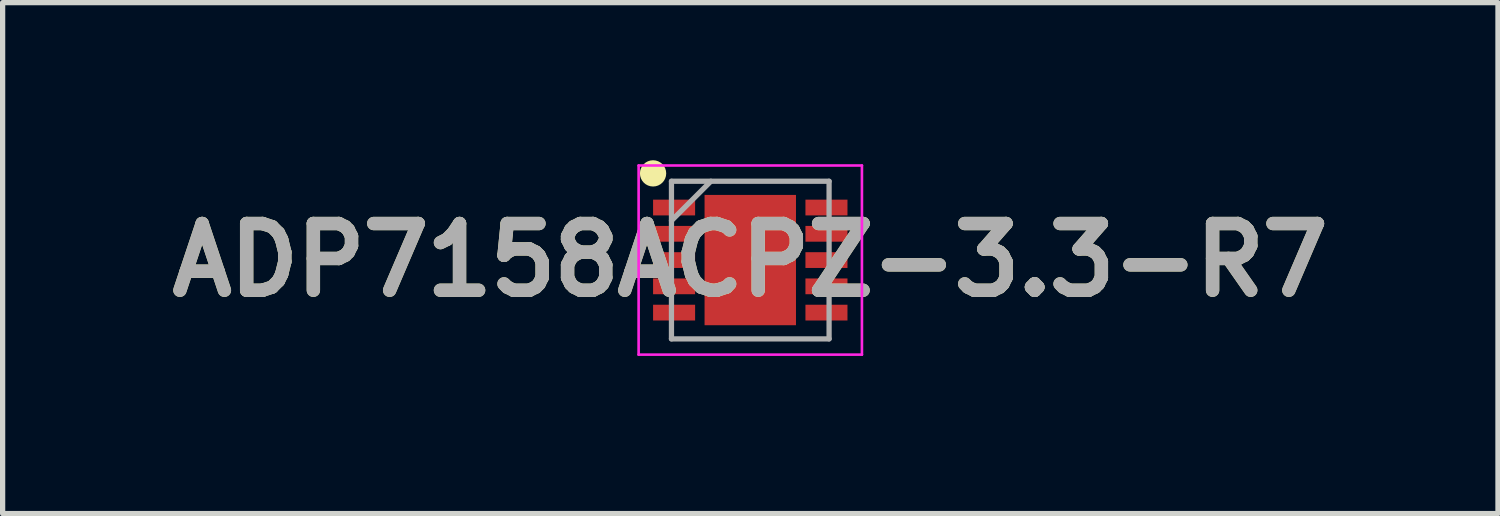
<source format=kicad_pcb>
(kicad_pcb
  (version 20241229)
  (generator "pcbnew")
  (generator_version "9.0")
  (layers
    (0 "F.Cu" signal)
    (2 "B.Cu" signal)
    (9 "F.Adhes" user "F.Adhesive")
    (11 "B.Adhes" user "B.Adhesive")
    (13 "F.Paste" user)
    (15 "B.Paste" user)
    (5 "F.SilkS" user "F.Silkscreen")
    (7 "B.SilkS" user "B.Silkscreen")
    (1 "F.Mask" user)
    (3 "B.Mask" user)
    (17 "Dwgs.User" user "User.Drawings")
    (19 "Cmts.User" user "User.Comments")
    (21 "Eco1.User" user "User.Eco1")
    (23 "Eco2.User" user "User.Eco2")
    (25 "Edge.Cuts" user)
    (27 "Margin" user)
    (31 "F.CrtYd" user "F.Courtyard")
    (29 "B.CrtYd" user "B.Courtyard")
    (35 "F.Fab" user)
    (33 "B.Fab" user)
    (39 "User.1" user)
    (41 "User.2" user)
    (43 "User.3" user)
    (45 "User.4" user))
  (footprint "ADP7158ACPZ-3.3-R7"
    (layer "F.Cu")
    (at 11.23 1.9)
    (property "Reference" "ADP7158ACPZ-3.3-R7" (at 0 0 0) (layer "F.SilkS") (effects (font (size 1.27 1.27) (thickness 0.254))))
    (attr smd)
    (fp_circle (center -1.85 -1.65) (end -1.85 -1.525) (stroke (width 0.25) (type solid)) (fill no) (layer "F.SilkS"))
    (fp_line (start -2.125 -1.8) (end 2.125 -1.8) (stroke (width 0.05) (type solid)) (layer "F.CrtYd"))
    (fp_line (start -2.125 1.8) (end -2.125 -1.8) (stroke (width 0.05) (type solid)) (layer "F.CrtYd"))
    (fp_line (start 2.125 -1.8) (end 2.125 1.8) (stroke (width 0.05) (type solid)) (layer "F.CrtYd"))
    (fp_line (start 2.125 1.8) (end -2.125 1.8) (stroke (width 0.05) (type solid)) (layer "F.CrtYd"))
    (fp_line (start -1.5 -1.5) (end 1.5 -1.5) (stroke (width 0.1) (type solid)) (layer "F.Fab"))
    (fp_line (start -1.5 -0.75) (end -0.75 -1.5) (stroke (width 0.1) (type solid)) (layer "F.Fab"))
    (fp_line (start -1.5 1.5) (end -1.5 -1.5) (stroke (width 0.1) (type solid)) (layer "F.Fab"))
    (fp_line (start 1.5 -1.5) (end 1.5 1.5) (stroke (width 0.1) (type solid)) (layer "F.Fab"))
    (fp_line (start 1.5 1.5) (end -1.5 1.5) (stroke (width 0.1) (type solid)) (layer "F.Fab"))
    (fp_text user "${REFERENCE}" (at 0 0 0) (layer "F.Fab") (effects (font (size 1.27 1.27) (thickness 0.254))))
    (pad "1" smd rect (at -1.45 -1 90) (size 0.3 0.8) (layers "F.Cu" "F.Mask" "F.Paste"))
    (pad "2" smd rect (at -1.45 -0.5 90) (size 0.3 0.8) (layers "F.Cu" "F.Mask" "F.Paste"))
    (pad "3" smd rect (at -1.45 0 90) (size 0.3 0.8) (layers "F.Cu" "F.Mask" "F.Paste"))
    (pad "4" smd rect (at -1.45 0.5 90) (size 0.3 0.8) (layers "F.Cu" "F.Mask" "F.Paste"))
    (pad "5" smd rect (at -1.45 1 90) (size 0.3 0.8) (layers "F.Cu" "F.Mask" "F.Paste"))
    (pad "6" smd rect (at 1.45 1 90) (size 0.3 0.8) (layers "F.Cu" "F.Mask" "F.Paste"))
    (pad "7" smd rect (at 1.45 0.5 90) (size 0.3 0.8) (layers "F.Cu" "F.Mask" "F.Paste"))
    (pad "8" smd rect (at 1.45 0 90) (size 0.3 0.8) (layers "F.Cu" "F.Mask" "F.Paste"))
    (pad "9" smd rect (at 1.45 -0.5 90) (size 0.3 0.8) (layers "F.Cu" "F.Mask" "F.Paste"))
    (pad "10" smd rect (at 1.45 -1 90) (size 0.3 0.8) (layers "F.Cu" "F.Mask" "F.Paste"))
    (pad "11" smd rect (at 0 0) (size 1.74 2.48) (layers "F.Cu" "F.Mask" "F.Paste")))
  (gr_rect
    (start -3 -3)
    (end 25.461 6.725)
    (stroke (width 0.1) (type default))
    (fill no)
    (layer "Edge.Cuts")))
</source>
